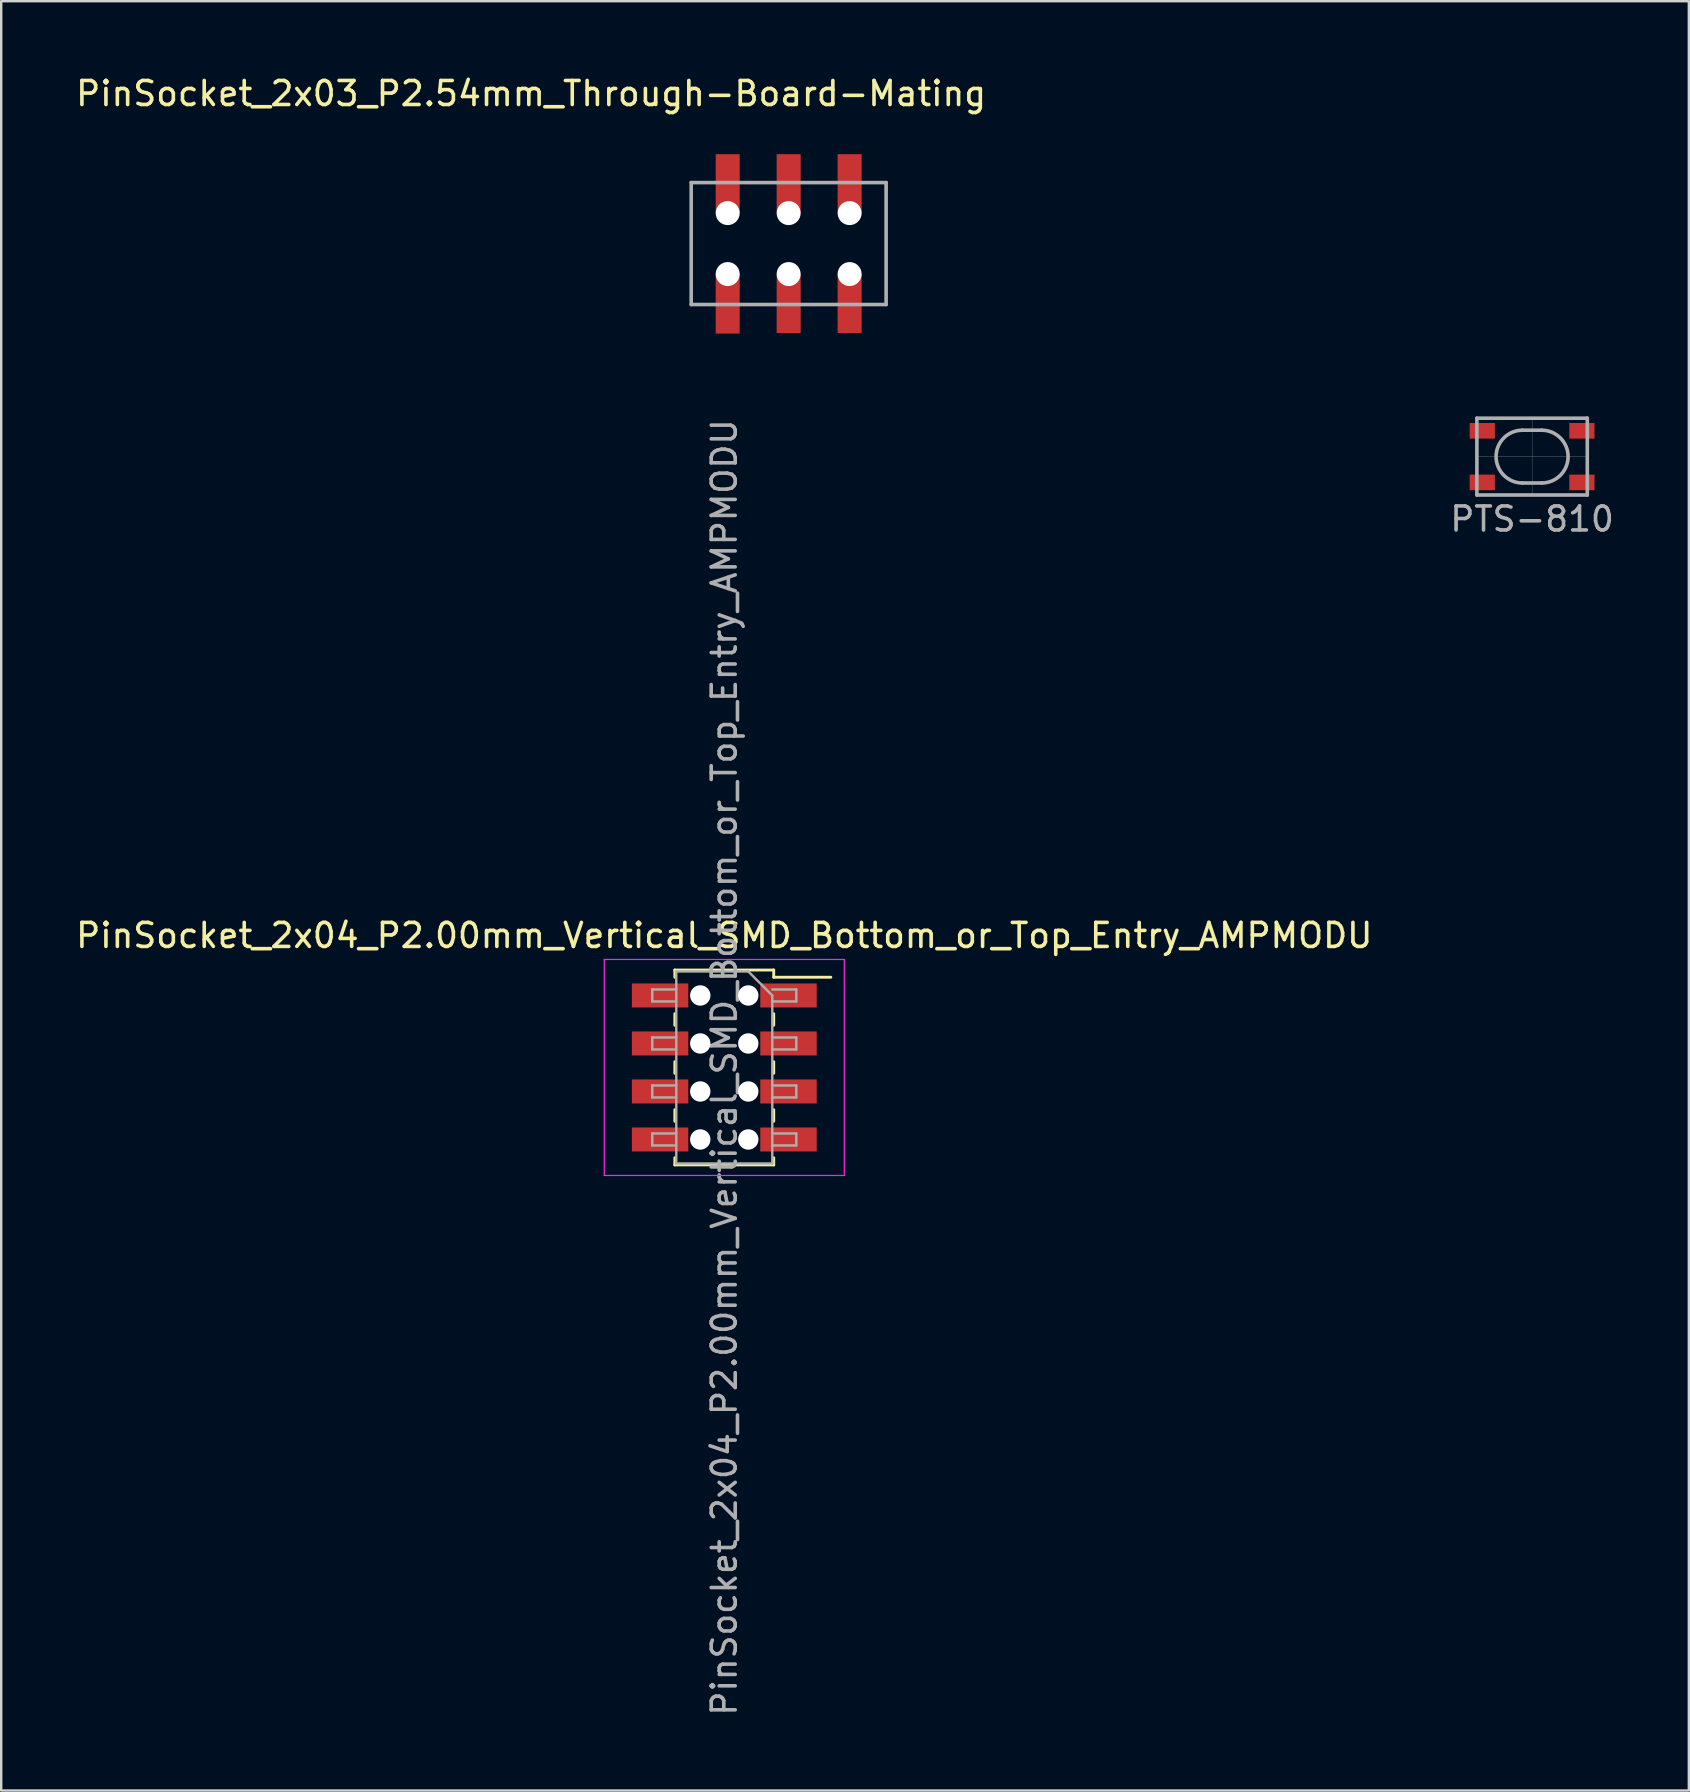
<source format=kicad_pcb>
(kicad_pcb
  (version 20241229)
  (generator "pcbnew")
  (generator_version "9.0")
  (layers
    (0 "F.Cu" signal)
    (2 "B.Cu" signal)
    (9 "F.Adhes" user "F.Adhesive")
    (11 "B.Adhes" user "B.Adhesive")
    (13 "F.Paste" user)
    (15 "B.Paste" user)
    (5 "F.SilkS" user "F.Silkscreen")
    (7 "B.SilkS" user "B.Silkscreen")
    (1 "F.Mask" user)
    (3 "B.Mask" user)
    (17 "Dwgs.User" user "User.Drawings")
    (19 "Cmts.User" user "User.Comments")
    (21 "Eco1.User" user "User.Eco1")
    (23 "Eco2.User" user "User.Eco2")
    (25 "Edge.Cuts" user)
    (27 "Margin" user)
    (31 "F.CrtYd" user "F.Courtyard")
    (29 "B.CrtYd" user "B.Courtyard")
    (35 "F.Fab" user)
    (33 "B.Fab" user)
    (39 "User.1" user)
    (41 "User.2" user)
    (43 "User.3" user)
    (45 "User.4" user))
  (footprint "PinSocket_2x03_P2.54mm_Through-Board-Mating"
    (layer "F.Cu")
    (at 29.807 7.098)
    (property "Reference" "PinSocket_2x03_P2.54mm_Through-Board-Mating" (at -10.73 -6.25 0) (unlocked yes) (layer "F.SilkS") (effects (font (size 1 1) (thickness 0.15))))
    (attr allow_soldermask_bridges)
    (fp_line (start -4.06 -2.54) (end -4.06 2.54) (stroke (width 0.15) (type solid)) (layer "F.Fab"))
    (fp_line (start -4.06 -2.54) (end 4.06 -2.54) (stroke (width 0.15) (type solid)) (layer "F.Fab"))
    (fp_line (start -4.06 2.54) (end 4.06 2.54) (stroke (width 0.15) (type solid)) (layer "F.Fab"))
    (fp_line (start 4.06 -2.54) (end 4.06 2.54) (stroke (width 0.15) (type solid)) (layer "F.Fab"))
    (pad "" np_thru_hole circle (at -2.54 -1.27) (size 1 1) (drill 1) (layers "*.Cu" "*.Mask"))
    (pad "" np_thru_hole circle (at -2.54 1.27) (size 1 1) (drill 1) (layers "*.Cu" "*.Mask"))
    (pad "" np_thru_hole circle (at 0 -1.27) (size 1 1) (drill 1) (layers "*.Cu" "*.Mask"))
    (pad "" np_thru_hole circle (at 0 1.27) (size 1 1) (drill 1) (layers "*.Cu" "*.Mask"))
    (pad "" np_thru_hole circle (at 2.54 -1.27) (size 1 1) (drill 1) (layers "*.Cu" "*.Mask"))
    (pad "" np_thru_hole circle (at 2.54 1.27) (size 1 1) (drill 1) (layers "*.Cu" "*.Mask"))
    (pad "1" smd rect (at -2.54 2.5) (size 1 2.5) (layers "F.Cu" "F.Mask" "F.Paste"))
    (pad "2" smd rect (at -2.54 -2.5) (size 1 2.45) (layers "F.Cu" "F.Mask" "F.Paste"))
    (pad "3" smd rect (at 0 2.5) (size 1 2.45) (layers "F.Cu" "F.Mask" "F.Paste"))
    (pad "4" smd rect (at 0 -2.5) (size 1 2.45) (layers "F.Cu" "F.Mask" "F.Paste"))
    (pad "5" smd rect (at 2.54 2.5) (size 1 2.45) (layers "F.Cu" "F.Mask" "F.Paste"))
    (pad "6" smd rect (at 2.54 -2.5) (size 1 2.45) (layers "F.Cu" "F.Mask" "F.Paste"))
    (zone (net_name "") (layer "F.Cu") (name "fp-rule-area") (hatch edge 0.508) (connect_pads) (min_thickness 0.254) (filled_areas_thickness no) (keepout (tracks allowed) (vias allowed) (pads allowed) (copperpour allowed) (footprints allowed)) (placement (enabled no)) (fill (island_removal_mode 2) (island_area_min 10)) (polygon (pts (xy 33.407 11.298) (xy 26.207 11.298) (xy 26.207 2.898) (xy 33.407 2.898)))))
  (footprint "PTS-810"
    (layer "F.Cu")
    (at 60.78 15.973)
    (property "Reference" "PTS-810" (at 0 2.6 0) (layer "F.Fab") (effects (font (size 1 1) (thickness 0.15))))
    (attr through_hole)
    (fp_line (start -2.3 -1.6) (end 2.3 -1.6) (stroke (width 0.15) (type solid)) (layer "F.Fab"))
    (fp_line (start -2.3 0) (end 2.3 0) (stroke (width 0.01) (type solid)) (layer "F.Fab"))
    (fp_line (start -2.3 1.6) (end -2.3 -1.6) (stroke (width 0.15) (type solid)) (layer "F.Fab"))
    (fp_line (start -0.4 -1.1) (end 0.4 -1.1) (stroke (width 0.15) (type solid)) (layer "F.Fab"))
    (fp_line (start -0.4 1.1) (end 0.4 1.1) (stroke (width 0.15) (type solid)) (layer "F.Fab"))
    (fp_line (start 0 -1.6) (end 0 1.6) (stroke (width 0.01) (type solid)) (layer "F.Fab"))
    (fp_line (start 2.3 -1.6) (end 2.3 1.6) (stroke (width 0.15) (type solid)) (layer "F.Fab"))
    (fp_line (start 2.3 1.6) (end -2.3 1.6) (stroke (width 0.15) (type solid)) (layer "F.Fab"))
    (fp_arc (start -0.4 1.1) (mid -1.5 0) (end -0.4 -1.1) (stroke (width 0.15) (type solid)) (layer "F.Fab"))
    (fp_arc (start 0.4 -1.1) (mid 1.5 0) (end 0.4 1.1) (stroke (width 0.15) (type solid)) (layer "F.Fab"))
    (pad "1" smd rect (at -2.075 -1.075) (size 1.05 0.65) (layers "F.Cu" "F.Mask" "F.Paste"))
    (pad "2" smd rect (at 2.075 -1.075) (size 1.05 0.65) (layers "F.Cu" "F.Mask" "F.Paste"))
    (pad "3" smd rect (at -2.075 1.075) (size 1.05 0.65) (layers "F.Cu" "F.Mask" "F.Paste"))
    (pad "4" smd rect (at 2.075 1.075) (size 1.05 0.65) (layers "F.Cu" "F.Mask" "F.Paste")))
  (footprint "PinSocket_2x04_P2.00mm_Vertical_SMD_Bottom_or_Top_Entry_AMPMODU"
    (layer "F.Cu")
    (at 27.125 41.423)
    (property "Reference" "PinSocket_2x04_P2.00mm_Vertical_SMD_Bottom_or_Top_Entry_AMPMODU" (at 0 -5.5 0) (layer "F.SilkS") (effects (font (size 1 1) (thickness 0.15))))
    (attr smd)
    (fp_line (start -2.06 -4.06) (end -2.06 -3.76) (stroke (width 0.12) (type solid)) (layer "F.SilkS"))
    (fp_line (start -2.06 -4.06) (end 2.06 -4.06) (stroke (width 0.12) (type solid)) (layer "F.SilkS"))
    (fp_line (start -2.06 -2.24) (end -2.06 -1.76) (stroke (width 0.12) (type solid)) (layer "F.SilkS"))
    (fp_line (start -2.06 -0.24) (end -2.06 0.24) (stroke (width 0.12) (type solid)) (layer "F.SilkS"))
    (fp_line (start -2.06 1.76) (end -2.06 2.24) (stroke (width 0.12) (type solid)) (layer "F.SilkS"))
    (fp_line (start -2.06 3.76) (end -2.06 4.06) (stroke (width 0.12) (type solid)) (layer "F.SilkS"))
    (fp_line (start -2.06 4.06) (end 2.06 4.06) (stroke (width 0.12) (type solid)) (layer "F.SilkS"))
    (fp_line (start 2.06 -4.06) (end 2.06 -3.76) (stroke (width 0.12) (type solid)) (layer "F.SilkS"))
    (fp_line (start 2.06 -3.76) (end 4.44 -3.76) (stroke (width 0.12) (type solid)) (layer "F.SilkS"))
    (fp_line (start 2.06 -2.24) (end 2.06 -1.76) (stroke (width 0.12) (type solid)) (layer "F.SilkS"))
    (fp_line (start 2.06 -0.24) (end 2.06 0.24) (stroke (width 0.12) (type solid)) (layer "F.SilkS"))
    (fp_line (start 2.06 1.76) (end 2.06 2.24) (stroke (width 0.12) (type solid)) (layer "F.SilkS"))
    (fp_line (start 2.06 3.76) (end 2.06 4.06) (stroke (width 0.12) (type solid)) (layer "F.SilkS"))
    (fp_line (start -5 -4.5) (end 5 -4.5) (stroke (width 0.05) (type solid)) (layer "F.CrtYd"))
    (fp_line (start -5 4.5) (end -5 -4.5) (stroke (width 0.05) (type solid)) (layer "F.CrtYd"))
    (fp_line (start 5 -4.5) (end 5 4.5) (stroke (width 0.05) (type solid)) (layer "F.CrtYd"))
    (fp_line (start 5 4.5) (end -5 4.5) (stroke (width 0.05) (type solid)) (layer "F.CrtYd"))
    (fp_line (start -3 -3.25) (end -2 -3.25) (stroke (width 0.1) (type solid)) (layer "F.Fab"))
    (fp_line (start -3 -2.75) (end -3 -3.25) (stroke (width 0.1) (type solid)) (layer "F.Fab"))
    (fp_line (start -3 -1.25) (end -2 -1.25) (stroke (width 0.1) (type solid)) (layer "F.Fab"))
    (fp_line (start -3 -0.75) (end -3 -1.25) (stroke (width 0.1) (type solid)) (layer "F.Fab"))
    (fp_line (start -3 0.75) (end -2 0.75) (stroke (width 0.1) (type solid)) (layer "F.Fab"))
    (fp_line (start -3 1.25) (end -3 0.75) (stroke (width 0.1) (type solid)) (layer "F.Fab"))
    (fp_line (start -3 2.75) (end -2 2.75) (stroke (width 0.1) (type solid)) (layer "F.Fab"))
    (fp_line (start -3 3.25) (end -3 2.75) (stroke (width 0.1) (type solid)) (layer "F.Fab"))
    (fp_line (start -2 -4) (end 1 -4) (stroke (width 0.1) (type solid)) (layer "F.Fab"))
    (fp_line (start -2 -2.75) (end -3 -2.75) (stroke (width 0.1) (type solid)) (layer "F.Fab"))
    (fp_line (start -2 -0.75) (end -3 -0.75) (stroke (width 0.1) (type solid)) (layer "F.Fab"))
    (fp_line (start -2 1.25) (end -3 1.25) (stroke (width 0.1) (type solid)) (layer "F.Fab"))
    (fp_line (start -2 3.25) (end -3 3.25) (stroke (width 0.1) (type solid)) (layer "F.Fab"))
    (fp_line (start -2 4) (end -2 -4) (stroke (width 0.1) (type solid)) (layer "F.Fab"))
    (fp_line (start 1 -4) (end 2 -3) (stroke (width 0.1) (type solid)) (layer "F.Fab"))
    (fp_line (start 2 -3.25) (end 3 -3.25) (stroke (width 0.1) (type solid)) (layer "F.Fab"))
    (fp_line (start 2 -3) (end 2 4) (stroke (width 0.1) (type solid)) (layer "F.Fab"))
    (fp_line (start 2 -1.25) (end 3 -1.25) (stroke (width 0.1) (type solid)) (layer "F.Fab"))
    (fp_line (start 2 0.75) (end 3 0.75) (stroke (width 0.1) (type solid)) (layer "F.Fab"))
    (fp_line (start 2 2.75) (end 3 2.75) (stroke (width 0.1) (type solid)) (layer "F.Fab"))
    (fp_line (start 2 4) (end -2 4) (stroke (width 0.1) (type solid)) (layer "F.Fab"))
    (fp_line (start 3 -3.25) (end 3 -2.75) (stroke (width 0.1) (type solid)) (layer "F.Fab"))
    (fp_line (start 3 -2.75) (end 2 -2.75) (stroke (width 0.1) (type solid)) (layer "F.Fab"))
    (fp_line (start 3 -1.25) (end 3 -0.75) (stroke (width 0.1) (type solid)) (layer "F.Fab"))
    (fp_line (start 3 -0.75) (end 2 -0.75) (stroke (width 0.1) (type solid)) (layer "F.Fab"))
    (fp_line (start 3 0.75) (end 3 1.25) (stroke (width 0.1) (type solid)) (layer "F.Fab"))
    (fp_line (start 3 1.25) (end 2 1.25) (stroke (width 0.1) (type solid)) (layer "F.Fab"))
    (fp_line (start 3 2.75) (end 3 3.25) (stroke (width 0.1) (type solid)) (layer "F.Fab"))
    (fp_line (start 3 3.25) (end 2 3.25) (stroke (width 0.1) (type solid)) (layer "F.Fab"))
    (fp_text user "${REFERENCE}" (at 0 0 90) (layer "F.Fab") (effects (font (size 1 1) (thickness 0.15))))
    (pad "" np_thru_hole circle (at -1 -3) (size 0.85 0.85) (drill 0.85) (layers "*.Cu" "*.Mask"))
    (pad "" np_thru_hole circle (at -1 -1) (size 0.85 0.85) (drill 0.85) (layers "*.Cu" "*.Mask"))
    (pad "" np_thru_hole circle (at -1 1) (size 0.85 0.85) (drill 0.85) (layers "*.Cu" "*.Mask"))
    (pad "" np_thru_hole circle (at -1 3) (size 0.85 0.85) (drill 0.85) (layers "*.Cu" "*.Mask"))
    (pad "" np_thru_hole circle (at 1 -3) (size 0.85 0.85) (drill 0.85) (layers "*.Cu" "*.Mask"))
    (pad "" np_thru_hole circle (at 1 -1) (size 0.85 0.85) (drill 0.85) (layers "*.Cu" "*.Mask"))
    (pad "" np_thru_hole circle (at 1 1) (size 0.85 0.85) (drill 0.85) (layers "*.Cu" "*.Mask"))
    (pad "" np_thru_hole circle (at 1 3) (size 0.85 0.85) (drill 0.85) (layers "*.Cu" "*.Mask"))
    (pad "1" smd rect (at 2.675 -3) (size 2.35 1) (layers "F.Cu" "F.Mask" "F.Paste"))
    (pad "2" smd rect (at -2.675 -3) (size 2.35 1) (layers "F.Cu" "F.Mask" "F.Paste"))
    (pad "3" smd rect (at 2.675 -1) (size 2.35 1) (layers "F.Cu" "F.Mask" "F.Paste"))
    (pad "4" smd rect (at -2.675 -1) (size 2.35 1) (layers "F.Cu" "F.Mask" "F.Paste"))
    (pad "5" smd rect (at 2.675 1) (size 2.35 1) (layers "F.Cu" "F.Mask" "F.Paste"))
    (pad "6" smd rect (at -2.675 1) (size 2.35 1) (layers "F.Cu" "F.Mask" "F.Paste"))
    (pad "7" smd rect (at 2.675 3) (size 2.35 1) (layers "F.Cu" "F.Mask" "F.Paste"))
    (pad "8" smd rect (at -2.675 3) (size 2.35 1) (layers "F.Cu" "F.Mask" "F.Paste"))
    (zone (net_name "") (layer "F.Cu") (name "fp-rule-area") (hatch edge 0.508) (connect_pads) (min_thickness 0.254) (filled_areas_thickness no) (keepout (tracks allowed) (vias allowed) (pads allowed) (copperpour allowed) (footprints allowed)) (placement (enabled no)) (fill (island_removal_mode 2) (island_area_min 10)) (polygon (pts (xy 28.725 45.023) (xy 25.525 45.023) (xy 25.525 37.823) (xy 28.725 37.823)))))
  (gr_rect
    (start -3 -3)
    (end 67.31 71.548)
    (stroke (width 0.1) (type default))
    (fill no)
    (layer "Edge.Cuts")))
</source>
